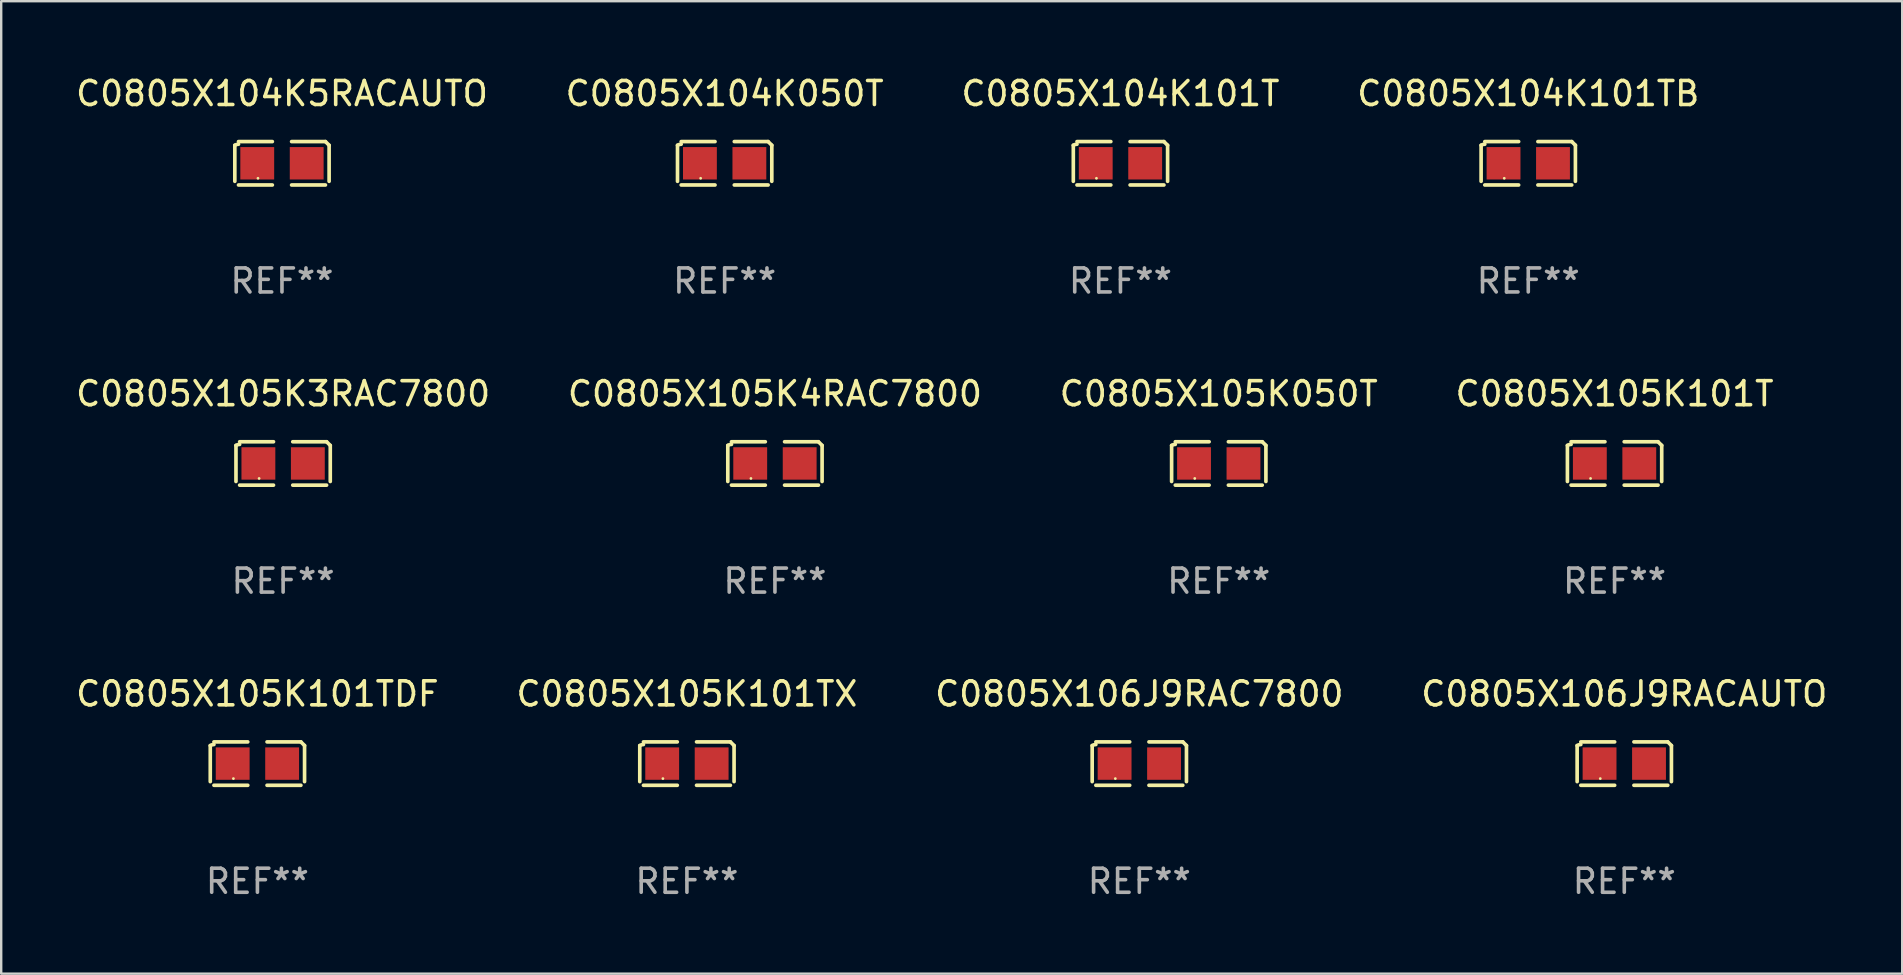
<source format=kicad_pcb>
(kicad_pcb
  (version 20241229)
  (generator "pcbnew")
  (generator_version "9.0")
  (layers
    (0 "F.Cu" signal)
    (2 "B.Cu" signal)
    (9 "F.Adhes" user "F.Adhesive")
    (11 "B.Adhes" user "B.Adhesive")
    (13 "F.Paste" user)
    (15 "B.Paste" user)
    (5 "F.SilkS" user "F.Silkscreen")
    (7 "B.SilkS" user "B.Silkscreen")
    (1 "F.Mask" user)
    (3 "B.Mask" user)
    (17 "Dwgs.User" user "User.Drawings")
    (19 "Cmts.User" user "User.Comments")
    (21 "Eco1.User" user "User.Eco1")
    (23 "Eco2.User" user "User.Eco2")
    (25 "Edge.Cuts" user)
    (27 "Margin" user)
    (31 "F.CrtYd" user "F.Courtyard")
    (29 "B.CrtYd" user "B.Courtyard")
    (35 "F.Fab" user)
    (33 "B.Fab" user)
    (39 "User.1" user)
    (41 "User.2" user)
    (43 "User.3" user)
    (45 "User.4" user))
  (footprint "C0805X104K101TB"
    (layer "F.Cu")
    (at 60.613 3.752)
    (property "Reference" "C0805X104K101TB" (at 0 -2.904 0) (layer "F.SilkS") (effects (font (size 1 1) (thickness 0.15))))
    (attr through_hole)
    (fp_line (start -1.964 0.751) (end -1.964 -0.751) (stroke (width 0.152) (type solid)) (layer "F.SilkS"))
    (fp_line (start -1.811 -0.904) (end -0.401 -0.904) (stroke (width 0.152) (type solid)) (layer "F.SilkS"))
    (fp_line (start -0.401 0.904) (end -1.811 0.904) (stroke (width 0.152) (type solid)) (layer "F.SilkS"))
    (fp_line (start 0.401 0.904) (end 1.811 0.904) (stroke (width 0.152) (type solid)) (layer "F.SilkS"))
    (fp_line (start 1.811 -0.904) (end 0.401 -0.904) (stroke (width 0.152) (type solid)) (layer "F.SilkS"))
    (fp_line (start 1.964 0.751) (end 1.964 -0.751) (stroke (width 0.152) (type solid)) (layer "F.SilkS"))
    (fp_arc (start -1.963602 -0.751207) (mid -1.890354 -0.783131) (end -1.811201 -0.794044) (stroke (width 0.1524) (type solid)) (layer "F.SilkS"))
    (fp_arc (start 1.811202 -0.903607) (mid 1.887413 -0.827418) (end 1.963602 -0.751207) (stroke (width 0.1524) (type solid)) (layer "F.SilkS"))
    (fp_circle (center -1 0.625) (end -0.97 0.625) (stroke (width 0.06) (type solid)) (fill no) (layer "F.SilkS"))
    (fp_text user "REF**" (at 0 4.904 0) (layer "F.Fab") (effects (font (size 1 1) (thickness 0.15))))
    (pad "1" smd rect (at -1.03 0) (size 1.41 1.35) (layers "F.Cu" "F.Mask" "F.Paste"))
    (pad "2" smd rect (at 1.03 0) (size 1.41 1.35) (layers "F.Cu" "F.Mask" "F.Paste")))
  (footprint "C0805X106J9RACAUTO"
    (layer "F.Cu")
    (at 64.613 28.759)
    (property "Reference" "C0805X106J9RACAUTO" (at 0 -2.904 0) (layer "F.SilkS") (effects (font (size 1 1) (thickness 0.15))))
    (attr through_hole)
    (fp_line (start -1.964 0.751) (end -1.964 -0.751) (stroke (width 0.152) (type solid)) (layer "F.SilkS"))
    (fp_line (start -1.811 -0.904) (end -0.401 -0.904) (stroke (width 0.152) (type solid)) (layer "F.SilkS"))
    (fp_line (start -0.401 0.904) (end -1.811 0.904) (stroke (width 0.152) (type solid)) (layer "F.SilkS"))
    (fp_line (start 0.401 0.904) (end 1.811 0.904) (stroke (width 0.152) (type solid)) (layer "F.SilkS"))
    (fp_line (start 1.811 -0.904) (end 0.401 -0.904) (stroke (width 0.152) (type solid)) (layer "F.SilkS"))
    (fp_line (start 1.964 0.751) (end 1.964 -0.751) (stroke (width 0.152) (type solid)) (layer "F.SilkS"))
    (fp_arc (start -1.963602 -0.751207) (mid -1.890354 -0.783131) (end -1.811201 -0.794044) (stroke (width 0.1524) (type solid)) (layer "F.SilkS"))
    (fp_arc (start 1.811202 -0.903607) (mid 1.887413 -0.827418) (end 1.963602 -0.751207) (stroke (width 0.1524) (type solid)) (layer "F.SilkS"))
    (fp_circle (center -1 0.625) (end -0.97 0.625) (stroke (width 0.06) (type solid)) (fill no) (layer "F.SilkS"))
    (fp_text user "REF**" (at 0 4.904 0) (layer "F.Fab") (effects (font (size 1 1) (thickness 0.15))))
    (pad "1" smd rect (at -1.03 0) (size 1.41 1.35) (layers "F.Cu" "F.Mask" "F.Paste"))
    (pad "2" smd rect (at 1.03 0) (size 1.41 1.35) (layers "F.Cu" "F.Mask" "F.Paste")))
  (footprint "C0805X104K5RACAUTO"
    (layer "F.Cu")
    (at 8.696 3.752)
    (property "Reference" "C0805X104K5RACAUTO" (at 0 -2.904 0) (layer "F.SilkS") (effects (font (size 1 1) (thickness 0.15))))
    (attr through_hole)
    (fp_line (start -1.964 0.751) (end -1.964 -0.751) (stroke (width 0.152) (type solid)) (layer "F.SilkS"))
    (fp_line (start -1.811 -0.904) (end -0.401 -0.904) (stroke (width 0.152) (type solid)) (layer "F.SilkS"))
    (fp_line (start -0.401 0.904) (end -1.811 0.904) (stroke (width 0.152) (type solid)) (layer "F.SilkS"))
    (fp_line (start 0.401 0.904) (end 1.811 0.904) (stroke (width 0.152) (type solid)) (layer "F.SilkS"))
    (fp_line (start 1.811 -0.904) (end 0.401 -0.904) (stroke (width 0.152) (type solid)) (layer "F.SilkS"))
    (fp_line (start 1.964 0.751) (end 1.964 -0.751) (stroke (width 0.152) (type solid)) (layer "F.SilkS"))
    (fp_arc (start -1.963602 -0.751207) (mid -1.890354 -0.783131) (end -1.811201 -0.794044) (stroke (width 0.1524) (type solid)) (layer "F.SilkS"))
    (fp_arc (start 1.811202 -0.903607) (mid 1.887413 -0.827418) (end 1.963602 -0.751207) (stroke (width 0.1524) (type solid)) (layer "F.SilkS"))
    (fp_circle (center -1 0.625) (end -0.97 0.625) (stroke (width 0.06) (type solid)) (fill no) (layer "F.SilkS"))
    (fp_text user "REF**" (at 0 4.904 0) (layer "F.Fab") (effects (font (size 1 1) (thickness 0.15))))
    (pad "1" smd rect (at -1.03 0) (size 1.41 1.35) (layers "F.Cu" "F.Mask" "F.Paste"))
    (pad "2" smd rect (at 1.03 0) (size 1.41 1.35) (layers "F.Cu" "F.Mask" "F.Paste")))
  (footprint "C0805X104K101T"
    (layer "F.Cu")
    (at 43.625 3.752)
    (property "Reference" "C0805X104K101T" (at 0 -2.904 0) (layer "F.SilkS") (effects (font (size 1 1) (thickness 0.15))))
    (attr through_hole)
    (fp_line (start -1.964 0.751) (end -1.964 -0.751) (stroke (width 0.152) (type solid)) (layer "F.SilkS"))
    (fp_line (start -1.811 -0.904) (end -0.401 -0.904) (stroke (width 0.152) (type solid)) (layer "F.SilkS"))
    (fp_line (start -0.401 0.904) (end -1.811 0.904) (stroke (width 0.152) (type solid)) (layer "F.SilkS"))
    (fp_line (start 0.401 0.904) (end 1.811 0.904) (stroke (width 0.152) (type solid)) (layer "F.SilkS"))
    (fp_line (start 1.811 -0.904) (end 0.401 -0.904) (stroke (width 0.152) (type solid)) (layer "F.SilkS"))
    (fp_line (start 1.964 0.751) (end 1.964 -0.751) (stroke (width 0.152) (type solid)) (layer "F.SilkS"))
    (fp_arc (start -1.963602 -0.751207) (mid -1.890354 -0.783131) (end -1.811201 -0.794044) (stroke (width 0.1524) (type solid)) (layer "F.SilkS"))
    (fp_arc (start 1.811202 -0.903607) (mid 1.887413 -0.827418) (end 1.963602 -0.751207) (stroke (width 0.1524) (type solid)) (layer "F.SilkS"))
    (fp_circle (center -1 0.625) (end -0.97 0.625) (stroke (width 0.06) (type solid)) (fill no) (layer "F.SilkS"))
    (fp_text user "REF**" (at 0 4.904 0) (layer "F.Fab") (effects (font (size 1 1) (thickness 0.15))))
    (pad "1" smd rect (at -1.03 0) (size 1.41 1.35) (layers "F.Cu" "F.Mask" "F.Paste"))
    (pad "2" smd rect (at 1.03 0) (size 1.41 1.35) (layers "F.Cu" "F.Mask" "F.Paste")))
  (footprint "C0805X106J9RAC7800"
    (layer "F.Cu")
    (at 44.411 28.759)
    (property "Reference" "C0805X106J9RAC7800" (at 0 -2.904 0) (layer "F.SilkS") (effects (font (size 1 1) (thickness 0.15))))
    (attr through_hole)
    (fp_line (start -1.964 0.751) (end -1.964 -0.751) (stroke (width 0.152) (type solid)) (layer "F.SilkS"))
    (fp_line (start -1.811 -0.904) (end -0.401 -0.904) (stroke (width 0.152) (type solid)) (layer "F.SilkS"))
    (fp_line (start -0.401 0.904) (end -1.811 0.904) (stroke (width 0.152) (type solid)) (layer "F.SilkS"))
    (fp_line (start 0.401 0.904) (end 1.811 0.904) (stroke (width 0.152) (type solid)) (layer "F.SilkS"))
    (fp_line (start 1.811 -0.904) (end 0.401 -0.904) (stroke (width 0.152) (type solid)) (layer "F.SilkS"))
    (fp_line (start 1.964 0.751) (end 1.964 -0.751) (stroke (width 0.152) (type solid)) (layer "F.SilkS"))
    (fp_arc (start -1.963602 -0.751207) (mid -1.890354 -0.783131) (end -1.811201 -0.794044) (stroke (width 0.1524) (type solid)) (layer "F.SilkS"))
    (fp_arc (start 1.811202 -0.903607) (mid 1.887413 -0.827418) (end 1.963602 -0.751207) (stroke (width 0.1524) (type solid)) (layer "F.SilkS"))
    (fp_circle (center -1 0.625) (end -0.97 0.625) (stroke (width 0.06) (type solid)) (fill no) (layer "F.SilkS"))
    (fp_text user "REF**" (at 0 4.904 0) (layer "F.Fab") (effects (font (size 1 1) (thickness 0.15))))
    (pad "1" smd rect (at -1.03 0) (size 1.41 1.35) (layers "F.Cu" "F.Mask" "F.Paste"))
    (pad "2" smd rect (at 1.03 0) (size 1.41 1.35) (layers "F.Cu" "F.Mask" "F.Paste")))
  (footprint "C0805X105K101TX"
    (layer "F.Cu")
    (at 25.565 28.759)
    (property "Reference" "C0805X105K101TX" (at 0 -2.904 0) (layer "F.SilkS") (effects (font (size 1 1) (thickness 0.15))))
    (attr through_hole)
    (fp_line (start -1.964 0.751) (end -1.964 -0.751) (stroke (width 0.152) (type solid)) (layer "F.SilkS"))
    (fp_line (start -1.811 -0.904) (end -0.401 -0.904) (stroke (width 0.152) (type solid)) (layer "F.SilkS"))
    (fp_line (start -0.401 0.904) (end -1.811 0.904) (stroke (width 0.152) (type solid)) (layer "F.SilkS"))
    (fp_line (start 0.401 0.904) (end 1.811 0.904) (stroke (width 0.152) (type solid)) (layer "F.SilkS"))
    (fp_line (start 1.811 -0.904) (end 0.401 -0.904) (stroke (width 0.152) (type solid)) (layer "F.SilkS"))
    (fp_line (start 1.964 0.751) (end 1.964 -0.751) (stroke (width 0.152) (type solid)) (layer "F.SilkS"))
    (fp_arc (start -1.963602 -0.751207) (mid -1.890354 -0.783131) (end -1.811201 -0.794044) (stroke (width 0.1524) (type solid)) (layer "F.SilkS"))
    (fp_arc (start 1.811202 -0.903607) (mid 1.887413 -0.827418) (end 1.963602 -0.751207) (stroke (width 0.1524) (type solid)) (layer "F.SilkS"))
    (fp_circle (center -1 0.625) (end -0.97 0.625) (stroke (width 0.06) (type solid)) (fill no) (layer "F.SilkS"))
    (fp_text user "REF**" (at 0 4.904 0) (layer "F.Fab") (effects (font (size 1 1) (thickness 0.15))))
    (pad "1" smd rect (at -1.03 0) (size 1.41 1.35) (layers "F.Cu" "F.Mask" "F.Paste"))
    (pad "2" smd rect (at 1.03 0) (size 1.41 1.35) (layers "F.Cu" "F.Mask" "F.Paste")))
  (footprint "C0805X105K101TDF"
    (layer "F.Cu")
    (at 7.673 28.759)
    (property "Reference" "C0805X105K101TDF" (at 0 -2.904 0) (layer "F.SilkS") (effects (font (size 1 1) (thickness 0.15))))
    (attr through_hole)
    (fp_line (start -1.964 0.751) (end -1.964 -0.751) (stroke (width 0.152) (type solid)) (layer "F.SilkS"))
    (fp_line (start -1.811 -0.904) (end -0.401 -0.904) (stroke (width 0.152) (type solid)) (layer "F.SilkS"))
    (fp_line (start -0.401 0.904) (end -1.811 0.904) (stroke (width 0.152) (type solid)) (layer "F.SilkS"))
    (fp_line (start 0.401 0.904) (end 1.811 0.904) (stroke (width 0.152) (type solid)) (layer "F.SilkS"))
    (fp_line (start 1.811 -0.904) (end 0.401 -0.904) (stroke (width 0.152) (type solid)) (layer "F.SilkS"))
    (fp_line (start 1.964 0.751) (end 1.964 -0.751) (stroke (width 0.152) (type solid)) (layer "F.SilkS"))
    (fp_arc (start -1.963602 -0.751207) (mid -1.890354 -0.783131) (end -1.811201 -0.794044) (stroke (width 0.1524) (type solid)) (layer "F.SilkS"))
    (fp_arc (start 1.811202 -0.903607) (mid 1.887413 -0.827418) (end 1.963602 -0.751207) (stroke (width 0.1524) (type solid)) (layer "F.SilkS"))
    (fp_circle (center -1 0.625) (end -0.97 0.625) (stroke (width 0.06) (type solid)) (fill no) (layer "F.SilkS"))
    (fp_text user "REF**" (at 0 4.904 0) (layer "F.Fab") (effects (font (size 1 1) (thickness 0.15))))
    (pad "1" smd rect (at -1.03 0) (size 1.41 1.35) (layers "F.Cu" "F.Mask" "F.Paste"))
    (pad "2" smd rect (at 1.03 0) (size 1.41 1.35) (layers "F.Cu" "F.Mask" "F.Paste")))
  (footprint "C0805X105K101T"
    (layer "F.Cu")
    (at 64.208 16.256)
    (property "Reference" "C0805X105K101T" (at 0 -2.904 0) (layer "F.SilkS") (effects (font (size 1 1) (thickness 0.15))))
    (attr through_hole)
    (fp_line (start -1.964 0.751) (end -1.964 -0.751) (stroke (width 0.152) (type solid)) (layer "F.SilkS"))
    (fp_line (start -1.811 -0.904) (end -0.401 -0.904) (stroke (width 0.152) (type solid)) (layer "F.SilkS"))
    (fp_line (start -0.401 0.904) (end -1.811 0.904) (stroke (width 0.152) (type solid)) (layer "F.SilkS"))
    (fp_line (start 0.401 0.904) (end 1.811 0.904) (stroke (width 0.152) (type solid)) (layer "F.SilkS"))
    (fp_line (start 1.811 -0.904) (end 0.401 -0.904) (stroke (width 0.152) (type solid)) (layer "F.SilkS"))
    (fp_line (start 1.964 0.751) (end 1.964 -0.751) (stroke (width 0.152) (type solid)) (layer "F.SilkS"))
    (fp_arc (start -1.963602 -0.751207) (mid -1.890354 -0.783131) (end -1.811201 -0.794044) (stroke (width 0.1524) (type solid)) (layer "F.SilkS"))
    (fp_arc (start 1.811202 -0.903607) (mid 1.887413 -0.827418) (end 1.963602 -0.751207) (stroke (width 0.1524) (type solid)) (layer "F.SilkS"))
    (fp_circle (center -1 0.625) (end -0.97 0.625) (stroke (width 0.06) (type solid)) (fill no) (layer "F.SilkS"))
    (fp_text user "REF**" (at 0 4.904 0) (layer "F.Fab") (effects (font (size 1 1) (thickness 0.15))))
    (pad "1" smd rect (at -1.03 0) (size 1.41 1.35) (layers "F.Cu" "F.Mask" "F.Paste"))
    (pad "2" smd rect (at 1.03 0) (size 1.41 1.35) (layers "F.Cu" "F.Mask" "F.Paste")))
  (footprint "C0805X105K050T"
    (layer "F.Cu")
    (at 47.72 16.256)
    (property "Reference" "C0805X105K050T" (at 0 -2.904 0) (layer "F.SilkS") (effects (font (size 1 1) (thickness 0.15))))
    (attr through_hole)
    (fp_line (start -1.964 0.751) (end -1.964 -0.751) (stroke (width 0.152) (type solid)) (layer "F.SilkS"))
    (fp_line (start -1.811 -0.904) (end -0.401 -0.904) (stroke (width 0.152) (type solid)) (layer "F.SilkS"))
    (fp_line (start -0.401 0.904) (end -1.811 0.904) (stroke (width 0.152) (type solid)) (layer "F.SilkS"))
    (fp_line (start 0.401 0.904) (end 1.811 0.904) (stroke (width 0.152) (type solid)) (layer "F.SilkS"))
    (fp_line (start 1.811 -0.904) (end 0.401 -0.904) (stroke (width 0.152) (type solid)) (layer "F.SilkS"))
    (fp_line (start 1.964 0.751) (end 1.964 -0.751) (stroke (width 0.152) (type solid)) (layer "F.SilkS"))
    (fp_arc (start -1.963602 -0.751207) (mid -1.890354 -0.783131) (end -1.811201 -0.794044) (stroke (width 0.1524) (type solid)) (layer "F.SilkS"))
    (fp_arc (start 1.811202 -0.903607) (mid 1.887413 -0.827418) (end 1.963602 -0.751207) (stroke (width 0.1524) (type solid)) (layer "F.SilkS"))
    (fp_circle (center -1 0.625) (end -0.97 0.625) (stroke (width 0.06) (type solid)) (fill no) (layer "F.SilkS"))
    (fp_text user "REF**" (at 0 4.904 0) (layer "F.Fab") (effects (font (size 1 1) (thickness 0.15))))
    (pad "1" smd rect (at -1.03 0) (size 1.41 1.35) (layers "F.Cu" "F.Mask" "F.Paste"))
    (pad "2" smd rect (at 1.03 0) (size 1.41 1.35) (layers "F.Cu" "F.Mask" "F.Paste")))
  (footprint "C0805X105K3RAC7800"
    (layer "F.Cu")
    (at 8.744 16.256)
    (property "Reference" "C0805X105K3RAC7800" (at 0 -2.904 0) (layer "F.SilkS") (effects (font (size 1 1) (thickness 0.15))))
    (attr through_hole)
    (fp_line (start -1.964 0.751) (end -1.964 -0.751) (stroke (width 0.152) (type solid)) (layer "F.SilkS"))
    (fp_line (start -1.811 -0.904) (end -0.401 -0.904) (stroke (width 0.152) (type solid)) (layer "F.SilkS"))
    (fp_line (start -0.401 0.904) (end -1.811 0.904) (stroke (width 0.152) (type solid)) (layer "F.SilkS"))
    (fp_line (start 0.401 0.904) (end 1.811 0.904) (stroke (width 0.152) (type solid)) (layer "F.SilkS"))
    (fp_line (start 1.811 -0.904) (end 0.401 -0.904) (stroke (width 0.152) (type solid)) (layer "F.SilkS"))
    (fp_line (start 1.964 0.751) (end 1.964 -0.751) (stroke (width 0.152) (type solid)) (layer "F.SilkS"))
    (fp_arc (start -1.963602 -0.751207) (mid -1.890354 -0.783131) (end -1.811201 -0.794044) (stroke (width 0.1524) (type solid)) (layer "F.SilkS"))
    (fp_arc (start 1.811202 -0.903607) (mid 1.887413 -0.827418) (end 1.963602 -0.751207) (stroke (width 0.1524) (type solid)) (layer "F.SilkS"))
    (fp_circle (center -1 0.625) (end -0.97 0.625) (stroke (width 0.06) (type solid)) (fill no) (layer "F.SilkS"))
    (fp_text user "REF**" (at 0 4.904 0) (layer "F.Fab") (effects (font (size 1 1) (thickness 0.15))))
    (pad "1" smd rect (at -1.03 0) (size 1.41 1.35) (layers "F.Cu" "F.Mask" "F.Paste"))
    (pad "2" smd rect (at 1.03 0) (size 1.41 1.35) (layers "F.Cu" "F.Mask" "F.Paste")))
  (footprint "C0805X104K050T"
    (layer "F.Cu")
    (at 27.137 3.752)
    (property "Reference" "C0805X104K050T" (at 0 -2.904 0) (layer "F.SilkS") (effects (font (size 1 1) (thickness 0.15))))
    (attr through_hole)
    (fp_line (start -1.964 0.751) (end -1.964 -0.751) (stroke (width 0.152) (type solid)) (layer "F.SilkS"))
    (fp_line (start -1.811 -0.904) (end -0.401 -0.904) (stroke (width 0.152) (type solid)) (layer "F.SilkS"))
    (fp_line (start -0.401 0.904) (end -1.811 0.904) (stroke (width 0.152) (type solid)) (layer "F.SilkS"))
    (fp_line (start 0.401 0.904) (end 1.811 0.904) (stroke (width 0.152) (type solid)) (layer "F.SilkS"))
    (fp_line (start 1.811 -0.904) (end 0.401 -0.904) (stroke (width 0.152) (type solid)) (layer "F.SilkS"))
    (fp_line (start 1.964 0.751) (end 1.964 -0.751) (stroke (width 0.152) (type solid)) (layer "F.SilkS"))
    (fp_arc (start -1.963602 -0.751207) (mid -1.890354 -0.783131) (end -1.811201 -0.794044) (stroke (width 0.1524) (type solid)) (layer "F.SilkS"))
    (fp_arc (start 1.811202 -0.903607) (mid 1.887413 -0.827418) (end 1.963602 -0.751207) (stroke (width 0.1524) (type solid)) (layer "F.SilkS"))
    (fp_circle (center -1 0.625) (end -0.97 0.625) (stroke (width 0.06) (type solid)) (fill no) (layer "F.SilkS"))
    (fp_text user "REF**" (at 0 4.904 0) (layer "F.Fab") (effects (font (size 1 1) (thickness 0.15))))
    (pad "1" smd rect (at -1.03 0) (size 1.41 1.35) (layers "F.Cu" "F.Mask" "F.Paste"))
    (pad "2" smd rect (at 1.03 0) (size 1.41 1.35) (layers "F.Cu" "F.Mask" "F.Paste")))
  (footprint "C0805X105K4RAC7800"
    (layer "F.Cu")
    (at 29.232 16.256)
    (property "Reference" "C0805X105K4RAC7800" (at 0 -2.904 0) (layer "F.SilkS") (effects (font (size 1 1) (thickness 0.15))))
    (attr through_hole)
    (fp_line (start -1.964 0.751) (end -1.964 -0.751) (stroke (width 0.152) (type solid)) (layer "F.SilkS"))
    (fp_line (start -1.811 -0.904) (end -0.401 -0.904) (stroke (width 0.152) (type solid)) (layer "F.SilkS"))
    (fp_line (start -0.401 0.904) (end -1.811 0.904) (stroke (width 0.152) (type solid)) (layer "F.SilkS"))
    (fp_line (start 0.401 0.904) (end 1.811 0.904) (stroke (width 0.152) (type solid)) (layer "F.SilkS"))
    (fp_line (start 1.811 -0.904) (end 0.401 -0.904) (stroke (width 0.152) (type solid)) (layer "F.SilkS"))
    (fp_line (start 1.964 0.751) (end 1.964 -0.751) (stroke (width 0.152) (type solid)) (layer "F.SilkS"))
    (fp_arc (start -1.963602 -0.751207) (mid -1.890354 -0.783131) (end -1.811201 -0.794044) (stroke (width 0.1524) (type solid)) (layer "F.SilkS"))
    (fp_arc (start 1.811202 -0.903607) (mid 1.887413 -0.827418) (end 1.963602 -0.751207) (stroke (width 0.1524) (type solid)) (layer "F.SilkS"))
    (fp_circle (center -1 0.625) (end -0.97 0.625) (stroke (width 0.06) (type solid)) (fill no) (layer "F.SilkS"))
    (fp_text user "REF**" (at 0 4.904 0) (layer "F.Fab") (effects (font (size 1 1) (thickness 0.15))))
    (pad "1" smd rect (at -1.03 0) (size 1.41 1.35) (layers "F.Cu" "F.Mask" "F.Paste"))
    (pad "2" smd rect (at 1.03 0) (size 1.41 1.35) (layers "F.Cu" "F.Mask" "F.Paste")))
  (gr_rect
    (start -3 -3)
    (end 76.19 37.511)
    (stroke (width 0.1) (type default))
    (fill no)
    (layer "Edge.Cuts")))
</source>
